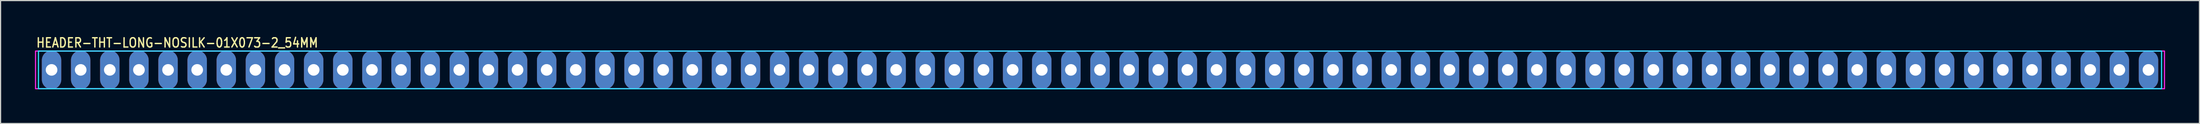
<source format=kicad_pcb>
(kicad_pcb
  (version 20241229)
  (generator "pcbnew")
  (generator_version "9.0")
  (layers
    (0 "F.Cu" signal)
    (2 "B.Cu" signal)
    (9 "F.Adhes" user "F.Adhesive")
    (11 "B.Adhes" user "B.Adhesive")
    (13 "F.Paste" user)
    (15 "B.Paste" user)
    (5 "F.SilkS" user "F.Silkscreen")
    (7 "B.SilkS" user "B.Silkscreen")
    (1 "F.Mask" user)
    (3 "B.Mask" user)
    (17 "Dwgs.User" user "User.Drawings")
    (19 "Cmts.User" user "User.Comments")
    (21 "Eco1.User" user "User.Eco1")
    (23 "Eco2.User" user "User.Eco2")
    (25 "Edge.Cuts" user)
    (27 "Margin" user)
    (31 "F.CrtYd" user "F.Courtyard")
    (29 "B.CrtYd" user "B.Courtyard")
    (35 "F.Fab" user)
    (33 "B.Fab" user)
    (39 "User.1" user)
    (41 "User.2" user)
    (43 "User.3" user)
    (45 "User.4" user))
  (footprint "HEADER-THT-LONG-NOSILK-01X073-2_54MM"
    (layer "F.Cu")
    (at 1.447 3.079)
    (property "Reference" "HEADER-THT-LONG-NOSILK-01X073-2_54MM" (at -1.4 -1.9 0) (unlocked yes) (layer "F.SilkS") (effects (font (size 0.813 0.695) (thickness 0.122)) (justify left bottom)))
    (fp_poly (pts (xy -1.143 -1.651) (xy 184.023 -1.651) (xy 184.023 1.651) (xy -1.143 1.651)) (stroke (width 0.1) (type solid)) (fill no) (layer "B.CrtYd"))
    (fp_poly (pts (xy -1.397 -1.651) (xy 184.277 -1.651) (xy 184.277 1.651) (xy -1.397 1.651)) (stroke (width 0.1) (type solid)) (fill no) (layer "F.CrtYd"))
    (pad "P$1" thru_hole oval (at 0 0 90) (size 3.387 1.693) (drill 1.016) (layers "*.Cu" "*.Mask"))
    (pad "P$2" thru_hole oval (at 2.54 0 90) (size 3.387 1.693) (drill 1.016) (layers "*.Cu" "*.Mask"))
    (pad "P$3" thru_hole oval (at 5.08 0 90) (size 3.387 1.693) (drill 1.016) (layers "*.Cu" "*.Mask"))
    (pad "P$4" thru_hole oval (at 7.62 0 90) (size 3.387 1.693) (drill 1.016) (layers "*.Cu" "*.Mask"))
    (pad "P$5" thru_hole oval (at 10.16 0 90) (size 3.387 1.693) (drill 1.016) (layers "*.Cu" "*.Mask"))
    (pad "P$6" thru_hole oval (at 12.7 0 90) (size 3.387 1.693) (drill 1.016) (layers "*.Cu" "*.Mask"))
    (pad "P$7" thru_hole oval (at 15.24 0 90) (size 3.387 1.693) (drill 1.016) (layers "*.Cu" "*.Mask"))
    (pad "P$8" thru_hole oval (at 17.78 0 90) (size 3.387 1.693) (drill 1.016) (layers "*.Cu" "*.Mask"))
    (pad "P$9" thru_hole oval (at 20.32 0 90) (size 3.387 1.693) (drill 1.016) (layers "*.Cu" "*.Mask"))
    (pad "P$10" thru_hole oval (at 22.86 0 90) (size 3.387 1.693) (drill 1.016) (layers "*.Cu" "*.Mask"))
    (pad "P$11" thru_hole oval (at 25.4 0 90) (size 3.387 1.693) (drill 1.016) (layers "*.Cu" "*.Mask"))
    (pad "P$12" thru_hole oval (at 27.94 0 90) (size 3.387 1.693) (drill 1.016) (layers "*.Cu" "*.Mask"))
    (pad "P$13" thru_hole oval (at 30.48 0 90) (size 3.387 1.693) (drill 1.016) (layers "*.Cu" "*.Mask"))
    (pad "P$14" thru_hole oval (at 33.02 0 90) (size 3.387 1.693) (drill 1.016) (layers "*.Cu" "*.Mask"))
    (pad "P$15" thru_hole oval (at 35.56 0 90) (size 3.387 1.693) (drill 1.016) (layers "*.Cu" "*.Mask"))
    (pad "P$16" thru_hole oval (at 38.1 0 90) (size 3.387 1.693) (drill 1.016) (layers "*.Cu" "*.Mask"))
    (pad "P$17" thru_hole oval (at 40.64 0 90) (size 3.387 1.693) (drill 1.016) (layers "*.Cu" "*.Mask"))
    (pad "P$18" thru_hole oval (at 43.18 0 90) (size 3.387 1.693) (drill 1.016) (layers "*.Cu" "*.Mask"))
    (pad "P$19" thru_hole oval (at 45.72 0 90) (size 3.387 1.693) (drill 1.016) (layers "*.Cu" "*.Mask"))
    (pad "P$20" thru_hole oval (at 48.26 0 90) (size 3.387 1.693) (drill 1.016) (layers "*.Cu" "*.Mask"))
    (pad "P$21" thru_hole oval (at 50.8 0 90) (size 3.387 1.693) (drill 1.016) (layers "*.Cu" "*.Mask"))
    (pad "P$22" thru_hole oval (at 53.34 0 90) (size 3.387 1.693) (drill 1.016) (layers "*.Cu" "*.Mask"))
    (pad "P$23" thru_hole oval (at 55.88 0 90) (size 3.387 1.693) (drill 1.016) (layers "*.Cu" "*.Mask"))
    (pad "P$24" thru_hole oval (at 58.42 0 90) (size 3.387 1.693) (drill 1.016) (layers "*.Cu" "*.Mask"))
    (pad "P$25" thru_hole oval (at 60.96 0 90) (size 3.387 1.693) (drill 1.016) (layers "*.Cu" "*.Mask"))
    (pad "P$26" thru_hole oval (at 63.5 0 90) (size 3.387 1.693) (drill 1.016) (layers "*.Cu" "*.Mask"))
    (pad "P$27" thru_hole oval (at 66.04 0 90) (size 3.387 1.693) (drill 1.016) (layers "*.Cu" "*.Mask"))
    (pad "P$28" thru_hole oval (at 68.58 0 90) (size 3.387 1.693) (drill 1.016) (layers "*.Cu" "*.Mask"))
    (pad "P$29" thru_hole oval (at 71.12 0 90) (size 3.387 1.693) (drill 1.016) (layers "*.Cu" "*.Mask"))
    (pad "P$30" thru_hole oval (at 73.66 0 90) (size 3.387 1.693) (drill 1.016) (layers "*.Cu" "*.Mask"))
    (pad "P$31" thru_hole oval (at 76.2 0 90) (size 3.387 1.693) (drill 1.016) (layers "*.Cu" "*.Mask"))
    (pad "P$32" thru_hole oval (at 78.74 0 90) (size 3.387 1.693) (drill 1.016) (layers "*.Cu" "*.Mask"))
    (pad "P$33" thru_hole oval (at 81.28 0 90) (size 3.387 1.693) (drill 1.016) (layers "*.Cu" "*.Mask"))
    (pad "P$34" thru_hole oval (at 83.82 0 90) (size 3.387 1.693) (drill 1.016) (layers "*.Cu" "*.Mask"))
    (pad "P$35" thru_hole oval (at 86.36 0 90) (size 3.387 1.693) (drill 1.016) (layers "*.Cu" "*.Mask"))
    (pad "P$36" thru_hole oval (at 88.9 0 90) (size 3.387 1.693) (drill 1.016) (layers "*.Cu" "*.Mask"))
    (pad "P$37" thru_hole oval (at 91.44 0 90) (size 3.387 1.693) (drill 1.016) (layers "*.Cu" "*.Mask"))
    (pad "P$38" thru_hole oval (at 93.98 0 90) (size 3.387 1.693) (drill 1.016) (layers "*.Cu" "*.Mask"))
    (pad "P$39" thru_hole oval (at 96.52 0 90) (size 3.387 1.693) (drill 1.016) (layers "*.Cu" "*.Mask"))
    (pad "P$40" thru_hole oval (at 99.06 0 90) (size 3.387 1.693) (drill 1.016) (layers "*.Cu" "*.Mask"))
    (pad "P$41" thru_hole oval (at 101.6 0 90) (size 3.387 1.693) (drill 1.016) (layers "*.Cu" "*.Mask"))
    (pad "P$42" thru_hole oval (at 104.14 0 90) (size 3.387 1.693) (drill 1.016) (layers "*.Cu" "*.Mask"))
    (pad "P$43" thru_hole oval (at 106.68 0 90) (size 3.387 1.693) (drill 1.016) (layers "*.Cu" "*.Mask"))
    (pad "P$44" thru_hole oval (at 109.22 0 90) (size 3.387 1.693) (drill 1.016) (layers "*.Cu" "*.Mask"))
    (pad "P$45" thru_hole oval (at 111.76 0 90) (size 3.387 1.693) (drill 1.016) (layers "*.Cu" "*.Mask"))
    (pad "P$46" thru_hole oval (at 114.3 0 90) (size 3.387 1.693) (drill 1.016) (layers "*.Cu" "*.Mask"))
    (pad "P$47" thru_hole oval (at 116.84 0 90) (size 3.387 1.693) (drill 1.016) (layers "*.Cu" "*.Mask"))
    (pad "P$48" thru_hole oval (at 119.38 0 90) (size 3.387 1.693) (drill 1.016) (layers "*.Cu" "*.Mask"))
    (pad "P$49" thru_hole oval (at 121.92 0 90) (size 3.387 1.693) (drill 1.016) (layers "*.Cu" "*.Mask"))
    (pad "P$50" thru_hole oval (at 124.46 0 90) (size 3.387 1.693) (drill 1.016) (layers "*.Cu" "*.Mask"))
    (pad "P$51" thru_hole oval (at 127 0 90) (size 3.387 1.693) (drill 1.016) (layers "*.Cu" "*.Mask"))
    (pad "P$52" thru_hole oval (at 129.54 0 90) (size 3.387 1.693) (drill 1.016) (layers "*.Cu" "*.Mask"))
    (pad "P$53" thru_hole oval (at 132.08 0 90) (size 3.387 1.693) (drill 1.016) (layers "*.Cu" "*.Mask"))
    (pad "P$54" thru_hole oval (at 134.62 0 90) (size 3.387 1.693) (drill 1.016) (layers "*.Cu" "*.Mask"))
    (pad "P$55" thru_hole oval (at 137.16 0 90) (size 3.387 1.693) (drill 1.016) (layers "*.Cu" "*.Mask"))
    (pad "P$56" thru_hole oval (at 139.7 0 90) (size 3.387 1.693) (drill 1.016) (layers "*.Cu" "*.Mask"))
    (pad "P$57" thru_hole oval (at 142.24 0 90) (size 3.387 1.693) (drill 1.016) (layers "*.Cu" "*.Mask"))
    (pad "P$58" thru_hole oval (at 144.78 0 90) (size 3.387 1.693) (drill 1.016) (layers "*.Cu" "*.Mask"))
    (pad "P$59" thru_hole oval (at 147.32 0 90) (size 3.387 1.693) (drill 1.016) (layers "*.Cu" "*.Mask"))
    (pad "P$60" thru_hole oval (at 149.86 0 90) (size 3.387 1.693) (drill 1.016) (layers "*.Cu" "*.Mask"))
    (pad "P$61" thru_hole oval (at 152.4 0 90) (size 3.387 1.693) (drill 1.016) (layers "*.Cu" "*.Mask"))
    (pad "P$62" thru_hole oval (at 154.94 0 90) (size 3.387 1.693) (drill 1.016) (layers "*.Cu" "*.Mask"))
    (pad "P$63" thru_hole oval (at 157.48 0 90) (size 3.387 1.693) (drill 1.016) (layers "*.Cu" "*.Mask"))
    (pad "P$64" thru_hole oval (at 160.02 0 90) (size 3.387 1.693) (drill 1.016) (layers "*.Cu" "*.Mask"))
    (pad "P$65" thru_hole oval (at 162.56 0 90) (size 3.387 1.693) (drill 1.016) (layers "*.Cu" "*.Mask"))
    (pad "P$66" thru_hole oval (at 165.1 0 90) (size 3.387 1.693) (drill 1.016) (layers "*.Cu" "*.Mask"))
    (pad "P$67" thru_hole oval (at 167.64 0 90) (size 3.387 1.693) (drill 1.016) (layers "*.Cu" "*.Mask"))
    (pad "P$68" thru_hole oval (at 170.18 0 90) (size 3.387 1.693) (drill 1.016) (layers "*.Cu" "*.Mask"))
    (pad "P$69" thru_hole oval (at 172.72 0 90) (size 3.387 1.693) (drill 1.016) (layers "*.Cu" "*.Mask"))
    (pad "P$70" thru_hole oval (at 175.26 0 90) (size 3.387 1.693) (drill 1.016) (layers "*.Cu" "*.Mask"))
    (pad "P$71" thru_hole oval (at 177.8 0 90) (size 3.387 1.693) (drill 1.016) (layers "*.Cu" "*.Mask"))
    (pad "P$72" thru_hole oval (at 180.34 0 90) (size 3.387 1.693) (drill 1.016) (layers "*.Cu" "*.Mask"))
    (pad "P$73" thru_hole oval (at 182.88 0 90) (size 3.387 1.693) (drill 1.016) (layers "*.Cu" "*.Mask")))
  (gr_rect
    (start -3 -3)
    (end 188.774 7.78)
    (stroke (width 0.1) (type default))
    (fill no)
    (layer "Edge.Cuts")))
</source>
